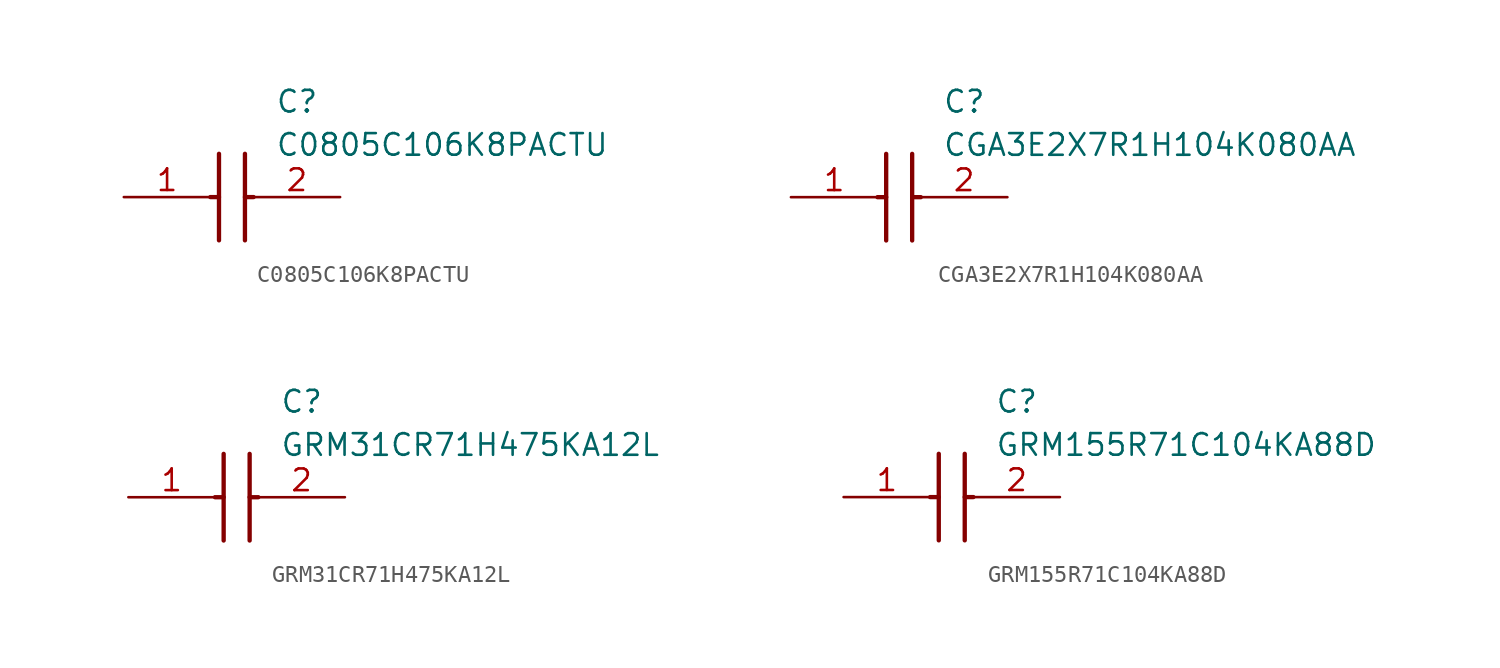
<source format=kicad_sym>
(kicad_symbol_lib
  (version 20241209)
  (generator "kicad_symbol_editor")
  (generator_version "9.0")
  (symbol "C0805C106K8PACTU"
    (pin_names
      (hide yes))
    (property "Reference" "C"
      (at 8.89 6.35 0)
      (effects (font (size 1.27 1.27)) (justify left top)))
    (property "Value" "C0805C106K8PACTU"
      (at 8.89 3.81 0)
      (effects (font (size 1.27 1.27)) (justify left top)))
    (symbol "C0805C106K8PACTU_1_1"
      (polyline (pts (xy 5.08 0) (xy 5.588 0)) (stroke (width 0.254) (type default)) (fill (type none)))
      (polyline (pts (xy 5.588 2.54) (xy 5.588 -2.54)) (stroke (width 0.254) (type default)) (fill (type none)))
      (polyline (pts (xy 7.112 2.54) (xy 7.112 -2.54)) (stroke (width 0.254) (type default)) (fill (type none)))
      (polyline (pts (xy 7.112 0) (xy 7.62 0)) (stroke (width 0.254) (type default)) (fill (type none)))
      (pin passive line (at 0 0 0) (length 5.08) (name "1" (effects (font (size 1.27 1.27)))) (number "1" (effects (font (size 1.27 1.27)))))
      (pin passive line (at 12.7 0 180) (length 5.08) (name "2" (effects (font (size 1.27 1.27)))) (number "2" (effects (font (size 1.27 1.27)))))))
  (symbol "CGA3E2X7R1H104K080AA"
    (pin_names
      (hide yes))
    (property "Reference" "C"
      (at 8.89 6.35 0)
      (effects (font (size 1.27 1.27)) (justify left top)))
    (property "Value" "CGA3E2X7R1H104K080AA"
      (at 8.89 3.81 0)
      (effects (font (size 1.27 1.27)) (justify left top)))
    (symbol "CGA3E2X7R1H104K080AA_1_1"
      (polyline (pts (xy 5.08 0) (xy 5.588 0)) (stroke (width 0.254) (type default)) (fill (type none)))
      (polyline (pts (xy 5.588 2.54) (xy 5.588 -2.54)) (stroke (width 0.254) (type default)) (fill (type none)))
      (polyline (pts (xy 7.112 2.54) (xy 7.112 -2.54)) (stroke (width 0.254) (type default)) (fill (type none)))
      (polyline (pts (xy 7.112 0) (xy 7.62 0)) (stroke (width 0.254) (type default)) (fill (type none)))
      (pin passive line (at 0 0 0) (length 5.08) (name "1" (effects (font (size 1.27 1.27)))) (number "1" (effects (font (size 1.27 1.27)))))
      (pin passive line (at 12.7 0 180) (length 5.08) (name "2" (effects (font (size 1.27 1.27)))) (number "2" (effects (font (size 1.27 1.27)))))))
  (symbol "GRM31CR71H475KA12L"
    (pin_names
      (hide yes))
    (property "Reference" "C"
      (at 8.89 6.35 0)
      (effects (font (size 1.27 1.27)) (justify left top)))
    (property "Value" "GRM31CR71H475KA12L"
      (at 8.89 3.81 0)
      (effects (font (size 1.27 1.27)) (justify left top)))
    (symbol "GRM31CR71H475KA12L_1_1"
      (polyline (pts (xy 5.08 0) (xy 5.588 0)) (stroke (width 0.254) (type default)) (fill (type none)))
      (polyline (pts (xy 5.588 2.54) (xy 5.588 -2.54)) (stroke (width 0.254) (type default)) (fill (type none)))
      (polyline (pts (xy 7.112 2.54) (xy 7.112 -2.54)) (stroke (width 0.254) (type default)) (fill (type none)))
      (polyline (pts (xy 7.112 0) (xy 7.62 0)) (stroke (width 0.254) (type default)) (fill (type none)))
      (pin passive line (at 0 0 0) (length 5.08) (name "1" (effects (font (size 1.27 1.27)))) (number "1" (effects (font (size 1.27 1.27)))))
      (pin passive line (at 12.7 0 180) (length 5.08) (name "2" (effects (font (size 1.27 1.27)))) (number "2" (effects (font (size 1.27 1.27)))))))
  (symbol "GRM155R71C104KA88D"
    (pin_names
      (hide yes))
    (property "Reference" "C"
      (at 8.89 6.35 0)
      (effects (font (size 1.27 1.27)) (justify left top)))
    (property "Value" "GRM155R71C104KA88D"
      (at 8.89 3.81 0)
      (effects (font (size 1.27 1.27)) (justify left top)))
    (symbol "GRM155R71C104KA88D_1_1"
      (polyline (pts (xy 5.08 0) (xy 5.588 0)) (stroke (width 0.254) (type default)) (fill (type none)))
      (polyline (pts (xy 5.588 2.54) (xy 5.588 -2.54)) (stroke (width 0.254) (type default)) (fill (type none)))
      (polyline (pts (xy 7.112 2.54) (xy 7.112 -2.54)) (stroke (width 0.254) (type default)) (fill (type none)))
      (polyline (pts (xy 7.112 0) (xy 7.62 0)) (stroke (width 0.254) (type default)) (fill (type none)))
      (pin passive line (at 0 0 0) (length 5.08) (name "1" (effects (font (size 1.27 1.27)))) (number "1" (effects (font (size 1.27 1.27)))))
      (pin passive line (at 12.7 0 180) (length 5.08) (name "2" (effects (font (size 1.27 1.27)))) (number "2" (effects (font (size 1.27 1.27))))))))
</source>
